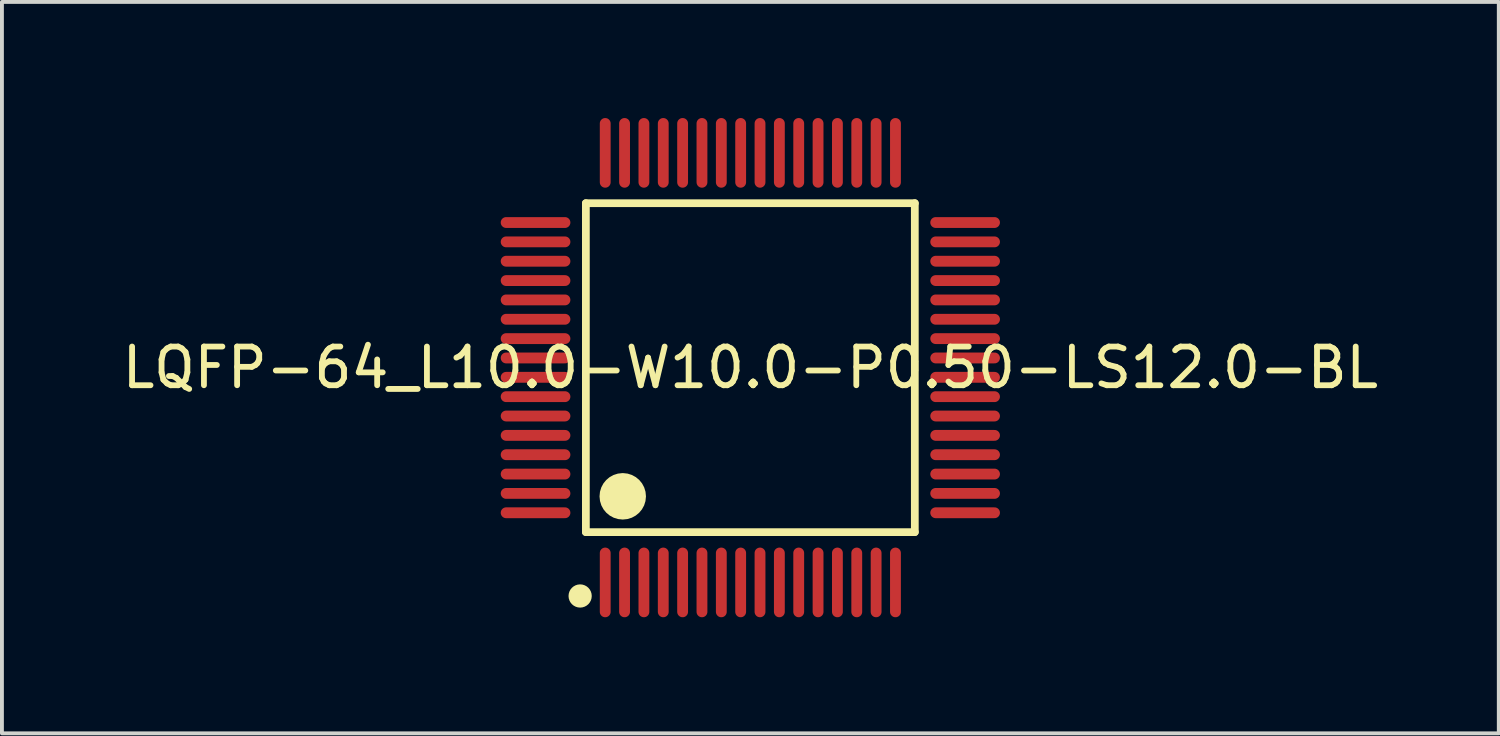
<source format=kicad_pcb>
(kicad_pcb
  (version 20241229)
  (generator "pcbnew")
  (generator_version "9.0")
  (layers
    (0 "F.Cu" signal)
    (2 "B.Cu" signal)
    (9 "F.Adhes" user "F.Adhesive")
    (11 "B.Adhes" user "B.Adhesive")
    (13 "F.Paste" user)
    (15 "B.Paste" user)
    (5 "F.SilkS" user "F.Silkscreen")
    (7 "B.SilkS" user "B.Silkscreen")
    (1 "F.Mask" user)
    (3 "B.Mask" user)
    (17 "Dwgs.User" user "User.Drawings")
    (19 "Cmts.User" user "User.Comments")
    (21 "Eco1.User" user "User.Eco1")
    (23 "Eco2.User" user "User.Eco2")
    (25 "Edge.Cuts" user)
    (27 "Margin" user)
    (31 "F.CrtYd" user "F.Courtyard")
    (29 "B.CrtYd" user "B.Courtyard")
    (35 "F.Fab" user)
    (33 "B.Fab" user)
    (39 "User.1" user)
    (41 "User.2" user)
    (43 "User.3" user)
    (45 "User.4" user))
  (footprint "LQFP-64_L10.0-W10.0-P0.50-LS12.0-BL"
    (layer "F.Cu")
    (at 16.339 6.45)
    (property "Reference" "LQFP-64_L10.0-W10.0-P0.50-LS12.0-BL" (at 0 0 0) (layer "F.SilkS") (effects (font (size 1 1) (thickness 0.15))))
    (fp_line (start -4.25 -4.25) (end -4.25 4.25) (stroke (width 0.2) (type default)) (layer "F.SilkS"))
    (fp_line (start -4.25 4.25) (end 4.25 4.25) (stroke (width 0.2) (type default)) (layer "F.SilkS"))
    (fp_line (start 4.25 -4.25) (end -4.25 -4.25) (stroke (width 0.2) (type default)) (layer "F.SilkS"))
    (fp_line (start 4.25 4.25) (end 4.25 -4.25) (stroke (width 0.2) (type default)) (layer "F.SilkS"))
    (fp_arc (start -4.3965 5.7505) (mid -4.398 6.050507) (end -4.3995 5.7505) (stroke (width 0.3) (type default)) (layer "F.SilkS"))
    (fp_arc (start -3.2945 3.025) (mid -3.297 3.62501) (end -3.2995 3.025) (stroke (width 0.6) (type default)) (layer "F.SilkS"))
    (fp_poly (pts (xy -6.2 -3.11) (xy -6.2 -3.39) (xy -5 -3.39) (xy -5 -3.11)) (stroke (width 0.1) (type default)) (fill no) (layer "User.1"))
    (fp_poly (pts (xy -6.2 -2.61) (xy -6.2 -2.89) (xy -5 -2.89) (xy -5 -2.61)) (stroke (width 0.1) (type default)) (fill no) (layer "User.1"))
    (fp_poly (pts (xy -6.2 -2.11) (xy -6.2 -2.39) (xy -5 -2.39) (xy -5 -2.11)) (stroke (width 0.1) (type default)) (fill no) (layer "User.1"))
    (fp_poly (pts (xy -6.2 -1.61) (xy -6.2 -1.89) (xy -5 -1.89) (xy -5 -1.61)) (stroke (width 0.1) (type default)) (fill no) (layer "User.1"))
    (fp_poly (pts (xy -6.2 -1.11) (xy -6.2 -1.39) (xy -5 -1.39) (xy -5 -1.11)) (stroke (width 0.1) (type default)) (fill no) (layer "User.1"))
    (fp_poly (pts (xy -6.2 -0.61) (xy -6.2 -0.89) (xy -5 -0.89) (xy -5 -0.61)) (stroke (width 0.1) (type default)) (fill no) (layer "User.1"))
    (fp_poly (pts (xy -6.2 -0.11) (xy -6.2 -0.39) (xy -5 -0.39) (xy -5 -0.11)) (stroke (width 0.1) (type default)) (fill no) (layer "User.1"))
    (fp_poly (pts (xy -6.2 0.39) (xy -6.2 0.11) (xy -5 0.11) (xy -5 0.39)) (stroke (width 0.1) (type default)) (fill no) (layer "User.1"))
    (fp_poly (pts (xy -6.2 0.89) (xy -6.2 0.61) (xy -5 0.61) (xy -5 0.89)) (stroke (width 0.1) (type default)) (fill no) (layer "User.1"))
    (fp_poly (pts (xy -6.2 1.39) (xy -6.2 1.11) (xy -5 1.11) (xy -5 1.39)) (stroke (width 0.1) (type default)) (fill no) (layer "User.1"))
    (fp_poly (pts (xy -6.2 1.89) (xy -6.2 1.61) (xy -5 1.61) (xy -5 1.89)) (stroke (width 0.1) (type default)) (fill no) (layer "User.1"))
    (fp_poly (pts (xy -6.2 2.39) (xy -6.2 2.11) (xy -5 2.11) (xy -5 2.39)) (stroke (width 0.1) (type default)) (fill no) (layer "User.1"))
    (fp_poly (pts (xy -6.2 2.89) (xy -6.2 2.61) (xy -5 2.61) (xy -5 2.89)) (stroke (width 0.1) (type default)) (fill no) (layer "User.1"))
    (fp_poly (pts (xy -6.2 3.39) (xy -6.2 3.11) (xy -5 3.11) (xy -5 3.39)) (stroke (width 0.1) (type default)) (fill no) (layer "User.1"))
    (fp_poly (pts (xy -6.2 3.89) (xy -6.2 3.61) (xy -5 3.61) (xy -5 3.89)) (stroke (width 0.1) (type default)) (fill no) (layer "User.1"))
    (fp_poly (pts (xy -5 -3.89) (xy -5 -3.61) (xy -6.2 -3.61) (xy -6.2 -3.89)) (stroke (width 0.1) (type default)) (fill no) (layer "User.1"))
    (fp_poly (pts (xy -3.89 -6.2) (xy -3.61 -6.2) (xy -3.61 -5) (xy -3.89 -5)) (stroke (width 0.1) (type default)) (fill no) (layer "User.1"))
    (fp_poly (pts (xy -3.89 5) (xy -3.61 5) (xy -3.61 6.2) (xy -3.89 6.2)) (stroke (width 0.1) (type default)) (fill no) (layer "User.1"))
    (fp_poly (pts (xy -3.39 -6.2) (xy -3.11 -6.2) (xy -3.11 -5) (xy -3.39 -5)) (stroke (width 0.1) (type default)) (fill no) (layer "User.1"))
    (fp_poly (pts (xy -3.11 6.2) (xy -3.39 6.2) (xy -3.39 5) (xy -3.11 5)) (stroke (width 0.1) (type default)) (fill no) (layer "User.1"))
    (fp_poly (pts (xy -2.89 -6.2) (xy -2.61 -6.2) (xy -2.61 -5) (xy -2.89 -5)) (stroke (width 0.1) (type default)) (fill no) (layer "User.1"))
    (fp_poly (pts (xy -2.61 6.2) (xy -2.89 6.2) (xy -2.89 5) (xy -2.61 5)) (stroke (width 0.1) (type default)) (fill no) (layer "User.1"))
    (fp_poly (pts (xy -2.39 -6.2) (xy -2.11 -6.2) (xy -2.11 -5) (xy -2.39 -5)) (stroke (width 0.1) (type default)) (fill no) (layer "User.1"))
    (fp_poly (pts (xy -2.11 6.2) (xy -2.39 6.2) (xy -2.39 5) (xy -2.11 5)) (stroke (width 0.1) (type default)) (fill no) (layer "User.1"))
    (fp_poly (pts (xy -1.89 -6.2) (xy -1.61 -6.2) (xy -1.61 -5) (xy -1.89 -5)) (stroke (width 0.1) (type default)) (fill no) (layer "User.1"))
    (fp_poly (pts (xy -1.61 6.2) (xy -1.89 6.2) (xy -1.89 5) (xy -1.61 5)) (stroke (width 0.1) (type default)) (fill no) (layer "User.1"))
    (fp_poly (pts (xy -1.39 -6.2) (xy -1.11 -6.2) (xy -1.11 -5) (xy -1.39 -5)) (stroke (width 0.1) (type default)) (fill no) (layer "User.1"))
    (fp_poly (pts (xy -1.11 6.2) (xy -1.39 6.2) (xy -1.39 5) (xy -1.11 5)) (stroke (width 0.1) (type default)) (fill no) (layer "User.1"))
    (fp_poly (pts (xy -0.89 -6.2) (xy -0.61 -6.2) (xy -0.61 -5) (xy -0.89 -5)) (stroke (width 0.1) (type default)) (fill no) (layer "User.1"))
    (fp_poly (pts (xy -0.61 6.2) (xy -0.89 6.2) (xy -0.89 5) (xy -0.61 5)) (stroke (width 0.1) (type default)) (fill no) (layer "User.1"))
    (fp_poly (pts (xy -0.39 -6.2) (xy -0.11 -6.2) (xy -0.11 -5) (xy -0.39 -5)) (stroke (width 0.1) (type default)) (fill no) (layer "User.1"))
    (fp_poly (pts (xy -0.11 6.2) (xy -0.39 6.2) (xy -0.39 5) (xy -0.11 5)) (stroke (width 0.1) (type default)) (fill no) (layer "User.1"))
    (fp_poly (pts (xy 0.11 -6.2) (xy 0.39 -6.2) (xy 0.39 -5) (xy 0.11 -5)) (stroke (width 0.1) (type default)) (fill no) (layer "User.1"))
    (fp_poly (pts (xy 0.39 6.2) (xy 0.11 6.2) (xy 0.11 5) (xy 0.39 5)) (stroke (width 0.1) (type default)) (fill no) (layer "User.1"))
    (fp_poly (pts (xy 0.61 -6.2) (xy 0.89 -6.2) (xy 0.89 -5) (xy 0.61 -5)) (stroke (width 0.1) (type default)) (fill no) (layer "User.1"))
    (fp_poly (pts (xy 0.89 6.2) (xy 0.61 6.2) (xy 0.61 5) (xy 0.89 5)) (stroke (width 0.1) (type default)) (fill no) (layer "User.1"))
    (fp_poly (pts (xy 1.11 -6.2) (xy 1.39 -6.2) (xy 1.39 -5) (xy 1.11 -5)) (stroke (width 0.1) (type default)) (fill no) (layer "User.1"))
    (fp_poly (pts (xy 1.39 6.2) (xy 1.11 6.2) (xy 1.11 5) (xy 1.39 5)) (stroke (width 0.1) (type default)) (fill no) (layer "User.1"))
    (fp_poly (pts (xy 1.61 -6.2) (xy 1.89 -6.2) (xy 1.89 -5) (xy 1.61 -5)) (stroke (width 0.1) (type default)) (fill no) (layer "User.1"))
    (fp_poly (pts (xy 1.89 6.2) (xy 1.61 6.2) (xy 1.61 5) (xy 1.89 5)) (stroke (width 0.1) (type default)) (fill no) (layer "User.1"))
    (fp_poly (pts (xy 2.11 -6.2) (xy 2.39 -6.2) (xy 2.39 -5) (xy 2.11 -5)) (stroke (width 0.1) (type default)) (fill no) (layer "User.1"))
    (fp_poly (pts (xy 2.39 6.2) (xy 2.11 6.2) (xy 2.11 5) (xy 2.39 5)) (stroke (width 0.1) (type default)) (fill no) (layer "User.1"))
    (fp_poly (pts (xy 2.61 -6.2) (xy 2.89 -6.2) (xy 2.89 -5) (xy 2.61 -5)) (stroke (width 0.1) (type default)) (fill no) (layer "User.1"))
    (fp_poly (pts (xy 2.89 6.2) (xy 2.61 6.2) (xy 2.61 5) (xy 2.89 5)) (stroke (width 0.1) (type default)) (fill no) (layer "User.1"))
    (fp_poly (pts (xy 3.11 -6.2) (xy 3.39 -6.2) (xy 3.39 -5) (xy 3.11 -5)) (stroke (width 0.1) (type default)) (fill no) (layer "User.1"))
    (fp_poly (pts (xy 3.39 6.2) (xy 3.11 6.2) (xy 3.11 5) (xy 3.39 5)) (stroke (width 0.1) (type default)) (fill no) (layer "User.1"))
    (fp_poly (pts (xy 3.89 -5) (xy 3.61 -5) (xy 3.61 -6.2) (xy 3.89 -6.2)) (stroke (width 0.1) (type default)) (fill no) (layer "User.1"))
    (fp_poly (pts (xy 3.89 6.2) (xy 3.61 6.2) (xy 3.61 5) (xy 3.89 5)) (stroke (width 0.1) (type default)) (fill no) (layer "User.1"))
    (fp_poly (pts (xy 5 3.89) (xy 5 3.61) (xy 6.2 3.61) (xy 6.2 3.89)) (stroke (width 0.1) (type default)) (fill no) (layer "User.1"))
    (fp_poly (pts (xy 6.2 -3.89) (xy 6.2 -3.61) (xy 5 -3.61) (xy 5 -3.89)) (stroke (width 0.1) (type default)) (fill no) (layer "User.1"))
    (fp_poly (pts (xy 6.2 -3.39) (xy 6.2 -3.11) (xy 5 -3.11) (xy 5 -3.39)) (stroke (width 0.1) (type default)) (fill no) (layer "User.1"))
    (fp_poly (pts (xy 6.2 -2.89) (xy 6.2 -2.61) (xy 5 -2.61) (xy 5 -2.89)) (stroke (width 0.1) (type default)) (fill no) (layer "User.1"))
    (fp_poly (pts (xy 6.2 -2.39) (xy 6.2 -2.11) (xy 5 -2.11) (xy 5 -2.39)) (stroke (width 0.1) (type default)) (fill no) (layer "User.1"))
    (fp_poly (pts (xy 6.2 -1.89) (xy 6.2 -1.61) (xy 5 -1.61) (xy 5 -1.89)) (stroke (width 0.1) (type default)) (fill no) (layer "User.1"))
    (fp_poly (pts (xy 6.2 -1.39) (xy 6.2 -1.11) (xy 5 -1.11) (xy 5 -1.39)) (stroke (width 0.1) (type default)) (fill no) (layer "User.1"))
    (fp_poly (pts (xy 6.2 -0.89) (xy 6.2 -0.61) (xy 5 -0.61) (xy 5 -0.89)) (stroke (width 0.1) (type default)) (fill no) (layer "User.1"))
    (fp_poly (pts (xy 6.2 -0.39) (xy 6.2 -0.11) (xy 5 -0.11) (xy 5 -0.39)) (stroke (width 0.1) (type default)) (fill no) (layer "User.1"))
    (fp_poly (pts (xy 6.2 0.11) (xy 6.2 0.39) (xy 5 0.39) (xy 5 0.11)) (stroke (width 0.1) (type default)) (fill no) (layer "User.1"))
    (fp_poly (pts (xy 6.2 0.61) (xy 6.2 0.89) (xy 5 0.89) (xy 5 0.61)) (stroke (width 0.1) (type default)) (fill no) (layer "User.1"))
    (fp_poly (pts (xy 6.2 1.11) (xy 6.2 1.39) (xy 5 1.39) (xy 5 1.11)) (stroke (width 0.1) (type default)) (fill no) (layer "User.1"))
    (fp_poly (pts (xy 6.2 1.61) (xy 6.2 1.89) (xy 5 1.89) (xy 5 1.61)) (stroke (width 0.1) (type default)) (fill no) (layer "User.1"))
    (fp_poly (pts (xy 6.2 2.11) (xy 6.2 2.39) (xy 5 2.39) (xy 5 2.11)) (stroke (width 0.1) (type default)) (fill no) (layer "User.1"))
    (fp_poly (pts (xy 6.2 2.61) (xy 6.2 2.89) (xy 5 2.89) (xy 5 2.61)) (stroke (width 0.1) (type default)) (fill no) (layer "User.1"))
    (fp_poly (pts (xy 6.2 3.11) (xy 6.2 3.39) (xy 5 3.39) (xy 5 3.11)) (stroke (width 0.1) (type default)) (fill no) (layer "User.1"))
    (fp_line (start -5 -5) (end 5 -5) (stroke (width 0.051) (type default)) (layer "User.2"))
    (fp_line (start -5 5) (end -5 -5) (stroke (width 0.051) (type default)) (layer "User.2"))
    (fp_line (start 5 -5) (end 5 5) (stroke (width 0.051) (type default)) (layer "User.2"))
    (fp_line (start 5 5) (end -5 5) (stroke (width 0.051) (type default)) (layer "User.2"))
    (pad "1" smd oval (at -3.75 5.55 180) (size 0.28 1.8) (layers "F.Cu" "F.Mask" "F.Paste"))
    (pad "2" smd oval (at -3.25 5.55 180) (size 0.28 1.8) (layers "F.Cu" "F.Mask" "F.Paste"))
    (pad "3" smd oval (at -2.75 5.55 180) (size 0.28 1.8) (layers "F.Cu" "F.Mask" "F.Paste"))
    (pad "4" smd oval (at -2.25 5.55 180) (size 0.28 1.8) (layers "F.Cu" "F.Mask" "F.Paste"))
    (pad "5" smd oval (at -1.75 5.55 180) (size 0.28 1.8) (layers "F.Cu" "F.Mask" "F.Paste"))
    (pad "6" smd oval (at -1.25 5.55 180) (size 0.28 1.8) (layers "F.Cu" "F.Mask" "F.Paste"))
    (pad "7" smd oval (at -0.75 5.55 180) (size 0.28 1.8) (layers "F.Cu" "F.Mask" "F.Paste"))
    (pad "8" smd oval (at -0.25 5.55 180) (size 0.28 1.8) (layers "F.Cu" "F.Mask" "F.Paste"))
    (pad "9" smd oval (at 0.25 5.55 180) (size 0.28 1.8) (layers "F.Cu" "F.Mask" "F.Paste"))
    (pad "10" smd oval (at 0.75 5.55 180) (size 0.28 1.8) (layers "F.Cu" "F.Mask" "F.Paste"))
    (pad "11" smd oval (at 1.25 5.55 180) (size 0.28 1.8) (layers "F.Cu" "F.Mask" "F.Paste"))
    (pad "12" smd oval (at 1.75 5.55 180) (size 0.28 1.8) (layers "F.Cu" "F.Mask" "F.Paste"))
    (pad "13" smd oval (at 2.25 5.55 180) (size 0.28 1.8) (layers "F.Cu" "F.Mask" "F.Paste"))
    (pad "14" smd oval (at 2.75 5.55 180) (size 0.28 1.8) (layers "F.Cu" "F.Mask" "F.Paste"))
    (pad "15" smd oval (at 3.25 5.55 180) (size 0.28 1.8) (layers "F.Cu" "F.Mask" "F.Paste"))
    (pad "16" smd oval (at 3.75 5.55 180) (size 0.28 1.8) (layers "F.Cu" "F.Mask" "F.Paste"))
    (pad "17" smd oval (at 5.55 3.75 90) (size 0.28 1.8) (layers "F.Cu" "F.Mask" "F.Paste"))
    (pad "18" smd oval (at 5.55 3.25 90) (size 0.28 1.8) (layers "F.Cu" "F.Mask" "F.Paste"))
    (pad "19" smd oval (at 5.55 2.75 90) (size 0.28 1.8) (layers "F.Cu" "F.Mask" "F.Paste"))
    (pad "20" smd oval (at 5.55 2.25 90) (size 0.28 1.8) (layers "F.Cu" "F.Mask" "F.Paste"))
    (pad "21" smd oval (at 5.55 1.75 90) (size 0.28 1.8) (layers "F.Cu" "F.Mask" "F.Paste"))
    (pad "22" smd oval (at 5.55 1.25 90) (size 0.28 1.8) (layers "F.Cu" "F.Mask" "F.Paste"))
    (pad "23" smd oval (at 5.55 0.75 90) (size 0.28 1.8) (layers "F.Cu" "F.Mask" "F.Paste"))
    (pad "24" smd oval (at 5.55 0.25 90) (size 0.28 1.8) (layers "F.Cu" "F.Mask" "F.Paste"))
    (pad "25" smd oval (at 5.55 -0.25 90) (size 0.28 1.8) (layers "F.Cu" "F.Mask" "F.Paste"))
    (pad "26" smd oval (at 5.55 -0.75 90) (size 0.28 1.8) (layers "F.Cu" "F.Mask" "F.Paste"))
    (pad "27" smd oval (at 5.55 -1.25 90) (size 0.28 1.8) (layers "F.Cu" "F.Mask" "F.Paste"))
    (pad "28" smd oval (at 5.55 -1.75 90) (size 0.28 1.8) (layers "F.Cu" "F.Mask" "F.Paste"))
    (pad "29" smd oval (at 5.55 -2.25 90) (size 0.28 1.8) (layers "F.Cu" "F.Mask" "F.Paste"))
    (pad "30" smd oval (at 5.55 -2.75 90) (size 0.28 1.8) (layers "F.Cu" "F.Mask" "F.Paste"))
    (pad "31" smd oval (at 5.55 -3.25 90) (size 0.28 1.8) (layers "F.Cu" "F.Mask" "F.Paste"))
    (pad "32" smd oval (at 5.55 -3.75 90) (size 0.28 1.8) (layers "F.Cu" "F.Mask" "F.Paste"))
    (pad "33" smd oval (at 3.75 -5.55 180) (size 0.28 1.8) (layers "F.Cu" "F.Mask" "F.Paste"))
    (pad "34" smd oval (at 3.25 -5.55 180) (size 0.28 1.8) (layers "F.Cu" "F.Mask" "F.Paste"))
    (pad "35" smd oval (at 2.75 -5.55 180) (size 0.28 1.8) (layers "F.Cu" "F.Mask" "F.Paste"))
    (pad "36" smd oval (at 2.25 -5.55 180) (size 0.28 1.8) (layers "F.Cu" "F.Mask" "F.Paste"))
    (pad "37" smd oval (at 1.75 -5.55 180) (size 0.28 1.8) (layers "F.Cu" "F.Mask" "F.Paste"))
    (pad "38" smd oval (at 1.25 -5.55 180) (size 0.28 1.8) (layers "F.Cu" "F.Mask" "F.Paste"))
    (pad "39" smd oval (at 0.75 -5.55 180) (size 0.28 1.8) (layers "F.Cu" "F.Mask" "F.Paste"))
    (pad "40" smd oval (at 0.25 -5.55 180) (size 0.28 1.8) (layers "F.Cu" "F.Mask" "F.Paste"))
    (pad "41" smd oval (at -0.25 -5.55 180) (size 0.28 1.8) (layers "F.Cu" "F.Mask" "F.Paste"))
    (pad "42" smd oval (at -0.75 -5.55 180) (size 0.28 1.8) (layers "F.Cu" "F.Mask" "F.Paste"))
    (pad "43" smd oval (at -1.25 -5.55 180) (size 0.28 1.8) (layers "F.Cu" "F.Mask" "F.Paste"))
    (pad "44" smd oval (at -1.75 -5.55 180) (size 0.28 1.8) (layers "F.Cu" "F.Mask" "F.Paste"))
    (pad "45" smd oval (at -2.25 -5.55 180) (size 0.28 1.8) (layers "F.Cu" "F.Mask" "F.Paste"))
    (pad "46" smd oval (at -2.75 -5.55 180) (size 0.28 1.8) (layers "F.Cu" "F.Mask" "F.Paste"))
    (pad "47" smd oval (at -3.25 -5.55 180) (size 0.28 1.8) (layers "F.Cu" "F.Mask" "F.Paste"))
    (pad "48" smd oval (at -3.75 -5.55 180) (size 0.28 1.8) (layers "F.Cu" "F.Mask" "F.Paste"))
    (pad "49" smd oval (at -5.55 -3.75 90) (size 0.28 1.8) (layers "F.Cu" "F.Mask" "F.Paste"))
    (pad "50" smd oval (at -5.55 -3.25 90) (size 0.28 1.8) (layers "F.Cu" "F.Mask" "F.Paste"))
    (pad "51" smd oval (at -5.55 -2.75 90) (size 0.28 1.8) (layers "F.Cu" "F.Mask" "F.Paste"))
    (pad "52" smd oval (at -5.55 -2.25 90) (size 0.28 1.8) (layers "F.Cu" "F.Mask" "F.Paste"))
    (pad "53" smd oval (at -5.55 -1.75 90) (size 0.28 1.8) (layers "F.Cu" "F.Mask" "F.Paste"))
    (pad "54" smd oval (at -5.55 -1.25 90) (size 0.28 1.8) (layers "F.Cu" "F.Mask" "F.Paste"))
    (pad "55" smd oval (at -5.55 -0.75 90) (size 0.28 1.8) (layers "F.Cu" "F.Mask" "F.Paste"))
    (pad "56" smd oval (at -5.55 -0.25 90) (size 0.28 1.8) (layers "F.Cu" "F.Mask" "F.Paste"))
    (pad "57" smd oval (at -5.55 0.25 90) (size 0.28 1.8) (layers "F.Cu" "F.Mask" "F.Paste"))
    (pad "58" smd oval (at -5.55 0.75 90) (size 0.28 1.8) (layers "F.Cu" "F.Mask" "F.Paste"))
    (pad "59" smd oval (at -5.55 1.25 90) (size 0.28 1.8) (layers "F.Cu" "F.Mask" "F.Paste"))
    (pad "60" smd oval (at -5.55 1.75 90) (size 0.28 1.8) (layers "F.Cu" "F.Mask" "F.Paste"))
    (pad "61" smd oval (at -5.55 2.25 90) (size 0.28 1.8) (layers "F.Cu" "F.Mask" "F.Paste"))
    (pad "62" smd oval (at -5.55 2.75 90) (size 0.28 1.8) (layers "F.Cu" "F.Mask" "F.Paste"))
    (pad "63" smd oval (at -5.55 3.25 90) (size 0.28 1.8) (layers "F.Cu" "F.Mask" "F.Paste"))
    (pad "64" smd oval (at -5.55 3.75 90) (size 0.28 1.8) (layers "F.Cu" "F.Mask" "F.Paste")))
  (gr_rect
    (start -3 -3)
    (end 35.679 15.9)
    (stroke (width 0.1) (type default))
    (fill no)
    (layer "Edge.Cuts")))
</source>
